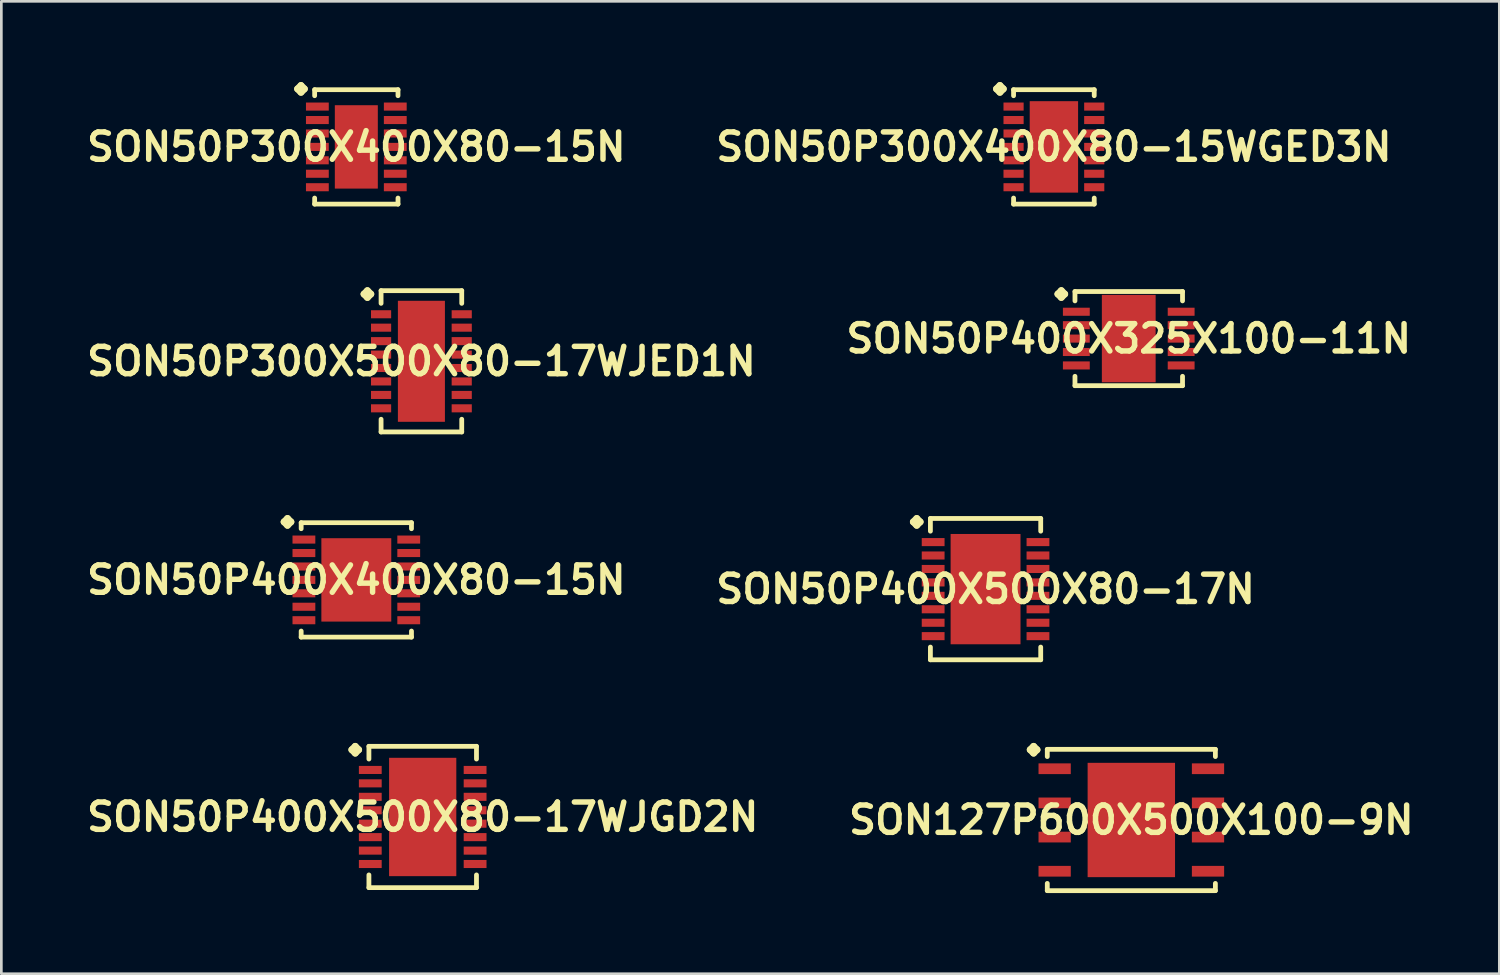
<source format=kicad_pcb>
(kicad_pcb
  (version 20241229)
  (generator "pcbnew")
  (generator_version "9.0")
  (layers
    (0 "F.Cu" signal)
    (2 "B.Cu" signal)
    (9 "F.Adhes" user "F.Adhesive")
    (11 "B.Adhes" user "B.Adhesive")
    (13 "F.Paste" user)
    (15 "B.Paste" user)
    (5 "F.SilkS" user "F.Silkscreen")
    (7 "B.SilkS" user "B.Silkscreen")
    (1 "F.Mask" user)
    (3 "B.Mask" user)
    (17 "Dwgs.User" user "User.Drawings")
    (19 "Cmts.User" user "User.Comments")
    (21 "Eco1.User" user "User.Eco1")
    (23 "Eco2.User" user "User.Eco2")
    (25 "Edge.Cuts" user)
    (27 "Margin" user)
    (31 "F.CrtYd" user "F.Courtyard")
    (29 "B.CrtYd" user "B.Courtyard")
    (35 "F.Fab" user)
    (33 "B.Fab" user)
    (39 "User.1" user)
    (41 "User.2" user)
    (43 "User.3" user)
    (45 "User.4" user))
  (footprint "SON127P600X500X100-9N"
    (layer "F.Cu")
    (at 39 27.428)
    (property "Reference" "SON127P600X500X100-9N" (at 0 0 0) (layer "F.SilkS") (effects (font (size 1.016 1.016) (thickness 0.203))))
    (attr smd)
    (fp_line (start -3.759 -2.611) (end -3.632 -2.738) (stroke (width 0.254) (type solid)) (layer "F.SilkS"))
    (fp_line (start -3.632 -2.738) (end -3.505 -2.611) (stroke (width 0.254) (type solid)) (layer "F.SilkS"))
    (fp_line (start -3.632 -2.484) (end -3.759 -2.611) (stroke (width 0.254) (type solid)) (layer "F.SilkS"))
    (fp_line (start -3.505 -2.611) (end -3.632 -2.484) (stroke (width 0.254) (type solid)) (layer "F.SilkS"))
    (fp_line (start -3.124 -2.626) (end 3.124 -2.626) (stroke (width 0.178) (type solid)) (layer "F.SilkS"))
    (fp_line (start -3.124 -2.357) (end -3.124 -2.626) (stroke (width 0.178) (type solid)) (layer "F.SilkS"))
    (fp_line (start -3.124 2.357) (end -3.124 2.626) (stroke (width 0.178) (type solid)) (layer "F.SilkS"))
    (fp_line (start -3.124 2.626) (end 3.124 2.626) (stroke (width 0.178) (type solid)) (layer "F.SilkS"))
    (fp_line (start 3.124 -2.626) (end 3.124 -2.357) (stroke (width 0.178) (type solid)) (layer "F.SilkS"))
    (fp_line (start 3.124 2.626) (end 3.124 2.357) (stroke (width 0.178) (type solid)) (layer "F.SilkS"))
    (pad "1" smd rect (at -2.85 -1.905) (size 1.199 0.399) (layers "F.Cu" "F.Mask" "F.Paste"))
    (pad "2" smd rect (at -2.85 -0.635) (size 1.199 0.399) (layers "F.Cu" "F.Mask" "F.Paste"))
    (pad "3" smd rect (at -2.85 0.635) (size 1.199 0.399) (layers "F.Cu" "F.Mask" "F.Paste"))
    (pad "4" smd rect (at -2.85 1.905) (size 1.199 0.399) (layers "F.Cu" "F.Mask" "F.Paste"))
    (pad "5" smd rect (at 2.85 1.905) (size 1.199 0.399) (layers "F.Cu" "F.Mask" "F.Paste"))
    (pad "6" smd rect (at 2.85 0.635) (size 1.199 0.399) (layers "F.Cu" "F.Mask" "F.Paste"))
    (pad "7" smd rect (at 2.85 -0.635) (size 1.199 0.399) (layers "F.Cu" "F.Mask" "F.Paste"))
    (pad "8" smd rect (at 2.85 -1.905) (size 1.199 0.399) (layers "F.Cu" "F.Mask" "F.Paste"))
    (pad "9" smd rect (at 0 0) (size 3.249 4.249) (layers "F.Cu" "F.Mask" "F.Paste")))
  (footprint "SON50P300X400X80-15N"
    (layer "F.Cu")
    (at 10.194 2.41)
    (property "Reference" "SON50P300X400X80-15N" (at 0 0 0) (layer "F.SilkS") (effects (font (size 1.016 1.016) (thickness 0.203))))
    (attr smd)
    (fp_line (start -2.184 -2.156) (end -2.057 -2.283) (stroke (width 0.254) (type solid)) (layer "F.SilkS"))
    (fp_line (start -2.057 -2.283) (end -1.93 -2.156) (stroke (width 0.254) (type solid)) (layer "F.SilkS"))
    (fp_line (start -2.057 -2.029) (end -2.184 -2.156) (stroke (width 0.254) (type solid)) (layer "F.SilkS"))
    (fp_line (start -1.93 -2.156) (end -2.057 -2.029) (stroke (width 0.254) (type solid)) (layer "F.SilkS"))
    (fp_line (start -1.549 -2.126) (end 1.549 -2.126) (stroke (width 0.178) (type solid)) (layer "F.SilkS"))
    (fp_line (start -1.549 -1.902) (end -1.549 -2.126) (stroke (width 0.178) (type solid)) (layer "F.SilkS"))
    (fp_line (start -1.549 1.902) (end -1.549 2.126) (stroke (width 0.178) (type solid)) (layer "F.SilkS"))
    (fp_line (start -1.549 2.126) (end 1.549 2.126) (stroke (width 0.178) (type solid)) (layer "F.SilkS"))
    (fp_line (start 1.549 -2.126) (end 1.549 -1.902) (stroke (width 0.178) (type solid)) (layer "F.SilkS"))
    (fp_line (start 1.549 2.126) (end 1.549 1.902) (stroke (width 0.178) (type solid)) (layer "F.SilkS"))
    (pad "1" smd rect (at -1.448 -1.499) (size 0.848 0.3) (layers "F.Cu" "F.Mask" "F.Paste"))
    (pad "2" smd rect (at -1.448 -0.998) (size 0.848 0.3) (layers "F.Cu" "F.Mask" "F.Paste"))
    (pad "3" smd rect (at -1.448 -0.498) (size 0.848 0.3) (layers "F.Cu" "F.Mask" "F.Paste"))
    (pad "4" smd rect (at -1.448 0) (size 0.848 0.3) (layers "F.Cu" "F.Mask" "F.Paste"))
    (pad "5" smd rect (at -1.448 0.498) (size 0.848 0.3) (layers "F.Cu" "F.Mask" "F.Paste"))
    (pad "6" smd rect (at -1.448 0.998) (size 0.848 0.3) (layers "F.Cu" "F.Mask" "F.Paste"))
    (pad "7" smd rect (at -1.448 1.499) (size 0.848 0.3) (layers "F.Cu" "F.Mask" "F.Paste"))
    (pad "8" smd rect (at 1.448 1.499) (size 0.848 0.3) (layers "F.Cu" "F.Mask" "F.Paste"))
    (pad "9" smd rect (at 1.448 0.998) (size 0.848 0.3) (layers "F.Cu" "F.Mask" "F.Paste"))
    (pad "10" smd rect (at 1.448 0.498) (size 0.848 0.3) (layers "F.Cu" "F.Mask" "F.Paste"))
    (pad "11" smd rect (at 1.448 0) (size 0.848 0.3) (layers "F.Cu" "F.Mask" "F.Paste"))
    (pad "12" smd rect (at 1.448 -0.498) (size 0.848 0.3) (layers "F.Cu" "F.Mask" "F.Paste"))
    (pad "13" smd rect (at 1.448 -0.998) (size 0.848 0.3) (layers "F.Cu" "F.Mask" "F.Paste"))
    (pad "14" smd rect (at 1.448 -1.499) (size 0.848 0.3) (layers "F.Cu" "F.Mask" "F.Paste"))
    (pad "15" smd rect (at 0 0) (size 1.598 3.099) (layers "F.Cu" "F.Mask" "F.Paste")))
  (footprint "SON50P300X500X80-17WJED1N"
    (layer "F.Cu")
    (at 12.613 10.379)
    (property "Reference" "SON50P300X500X80-17WJED1N" (at 0 0 0) (layer "F.SilkS") (effects (font (size 1.016 1.016) (thickness 0.203))))
    (attr smd)
    (fp_line (start -2.134 -2.499) (end -2.007 -2.626) (stroke (width 0.254) (type solid)) (layer "F.SilkS"))
    (fp_line (start -2.007 -2.626) (end -1.88 -2.499) (stroke (width 0.254) (type solid)) (layer "F.SilkS"))
    (fp_line (start -2.007 -2.372) (end -2.134 -2.499) (stroke (width 0.254) (type solid)) (layer "F.SilkS"))
    (fp_line (start -1.88 -2.499) (end -2.007 -2.372) (stroke (width 0.254) (type solid)) (layer "F.SilkS"))
    (fp_line (start -1.499 -2.626) (end 1.499 -2.626) (stroke (width 0.178) (type solid)) (layer "F.SilkS"))
    (fp_line (start -1.499 -2.154) (end -1.499 -2.626) (stroke (width 0.178) (type solid)) (layer "F.SilkS"))
    (fp_line (start -1.499 2.154) (end -1.499 2.626) (stroke (width 0.178) (type solid)) (layer "F.SilkS"))
    (fp_line (start -1.499 2.626) (end 1.499 2.626) (stroke (width 0.178) (type solid)) (layer "F.SilkS"))
    (fp_line (start 1.499 -2.626) (end 1.499 -2.154) (stroke (width 0.178) (type solid)) (layer "F.SilkS"))
    (fp_line (start 1.499 2.626) (end 1.499 2.154) (stroke (width 0.178) (type solid)) (layer "F.SilkS"))
    (pad "1" smd rect (at -1.499 -1.748) (size 0.749 0.3) (layers "F.Cu" "F.Mask" "F.Paste"))
    (pad "2" smd rect (at -1.499 -1.25) (size 0.749 0.3) (layers "F.Cu" "F.Mask" "F.Paste"))
    (pad "3" smd rect (at -1.499 -0.749) (size 0.749 0.3) (layers "F.Cu" "F.Mask" "F.Paste"))
    (pad "4" smd rect (at -1.499 -0.249) (size 0.749 0.3) (layers "F.Cu" "F.Mask" "F.Paste"))
    (pad "5" smd rect (at -1.499 0.249) (size 0.749 0.3) (layers "F.Cu" "F.Mask" "F.Paste"))
    (pad "6" smd rect (at -1.499 0.749) (size 0.749 0.3) (layers "F.Cu" "F.Mask" "F.Paste"))
    (pad "7" smd rect (at -1.499 1.25) (size 0.749 0.3) (layers "F.Cu" "F.Mask" "F.Paste"))
    (pad "8" smd rect (at -1.499 1.748) (size 0.749 0.3) (layers "F.Cu" "F.Mask" "F.Paste"))
    (pad "9" smd rect (at 1.499 1.748) (size 0.749 0.3) (layers "F.Cu" "F.Mask" "F.Paste"))
    (pad "10" smd rect (at 1.499 1.25) (size 0.749 0.3) (layers "F.Cu" "F.Mask" "F.Paste"))
    (pad "11" smd rect (at 1.499 0.749) (size 0.749 0.3) (layers "F.Cu" "F.Mask" "F.Paste"))
    (pad "12" smd rect (at 1.499 0.249) (size 0.749 0.3) (layers "F.Cu" "F.Mask" "F.Paste"))
    (pad "13" smd rect (at 1.499 -0.249) (size 0.749 0.3) (layers "F.Cu" "F.Mask" "F.Paste"))
    (pad "14" smd rect (at 1.499 -0.749) (size 0.749 0.3) (layers "F.Cu" "F.Mask" "F.Paste"))
    (pad "15" smd rect (at 1.499 -1.25) (size 0.749 0.3) (layers "F.Cu" "F.Mask" "F.Paste"))
    (pad "16" smd rect (at 1.499 -1.748) (size 0.749 0.3) (layers "F.Cu" "F.Mask" "F.Paste"))
    (pad "17" smd rect (at 0 0) (size 1.748 4.498) (layers "F.Cu" "F.Mask" "F.Paste")))
  (footprint "SON50P300X400X80-15WGED3N"
    (layer "F.Cu")
    (at 36.122 2.41)
    (property "Reference" "SON50P300X400X80-15WGED3N" (at 0 0 0) (layer "F.SilkS") (effects (font (size 1.016 1.016) (thickness 0.203))))
    (attr smd)
    (fp_line (start -2.134 -2.156) (end -2.007 -2.283) (stroke (width 0.254) (type solid)) (layer "F.SilkS"))
    (fp_line (start -2.007 -2.283) (end -1.88 -2.156) (stroke (width 0.254) (type solid)) (layer "F.SilkS"))
    (fp_line (start -2.007 -2.029) (end -2.134 -2.156) (stroke (width 0.254) (type solid)) (layer "F.SilkS"))
    (fp_line (start -1.88 -2.156) (end -2.007 -2.029) (stroke (width 0.254) (type solid)) (layer "F.SilkS"))
    (fp_line (start -1.499 -2.126) (end 1.499 -2.126) (stroke (width 0.178) (type solid)) (layer "F.SilkS"))
    (fp_line (start -1.499 -1.902) (end -1.499 -2.126) (stroke (width 0.178) (type solid)) (layer "F.SilkS"))
    (fp_line (start -1.499 1.902) (end -1.499 2.126) (stroke (width 0.178) (type solid)) (layer "F.SilkS"))
    (fp_line (start -1.499 2.126) (end 1.499 2.126) (stroke (width 0.178) (type solid)) (layer "F.SilkS"))
    (fp_line (start 1.499 -2.126) (end 1.499 -1.902) (stroke (width 0.178) (type solid)) (layer "F.SilkS"))
    (fp_line (start 1.499 2.126) (end 1.499 1.902) (stroke (width 0.178) (type solid)) (layer "F.SilkS"))
    (pad "1" smd rect (at -1.499 -1.499) (size 0.749 0.3) (layers "F.Cu" "F.Mask" "F.Paste"))
    (pad "2" smd rect (at -1.499 -0.998) (size 0.749 0.3) (layers "F.Cu" "F.Mask" "F.Paste"))
    (pad "3" smd rect (at -1.499 -0.498) (size 0.749 0.3) (layers "F.Cu" "F.Mask" "F.Paste"))
    (pad "4" smd rect (at -1.499 0) (size 0.749 0.3) (layers "F.Cu" "F.Mask" "F.Paste"))
    (pad "5" smd rect (at -1.499 0.498) (size 0.749 0.3) (layers "F.Cu" "F.Mask" "F.Paste"))
    (pad "6" smd rect (at -1.499 0.998) (size 0.749 0.3) (layers "F.Cu" "F.Mask" "F.Paste"))
    (pad "7" smd rect (at -1.499 1.499) (size 0.749 0.3) (layers "F.Cu" "F.Mask" "F.Paste"))
    (pad "8" smd rect (at 1.499 1.499) (size 0.749 0.3) (layers "F.Cu" "F.Mask" "F.Paste"))
    (pad "9" smd rect (at 1.499 0.998) (size 0.749 0.3) (layers "F.Cu" "F.Mask" "F.Paste"))
    (pad "10" smd rect (at 1.499 0.498) (size 0.749 0.3) (layers "F.Cu" "F.Mask" "F.Paste"))
    (pad "11" smd rect (at 1.499 0) (size 0.749 0.3) (layers "F.Cu" "F.Mask" "F.Paste"))
    (pad "12" smd rect (at 1.499 -0.498) (size 0.749 0.3) (layers "F.Cu" "F.Mask" "F.Paste"))
    (pad "13" smd rect (at 1.499 -0.998) (size 0.749 0.3) (layers "F.Cu" "F.Mask" "F.Paste"))
    (pad "14" smd rect (at 1.499 -1.499) (size 0.749 0.3) (layers "F.Cu" "F.Mask" "F.Paste"))
    (pad "15" smd rect (at 0 0) (size 1.798 3.399) (layers "F.Cu" "F.Mask" "F.Paste")))
  (footprint "SON50P400X400X80-15N"
    (layer "F.Cu")
    (at 10.194 18.504)
    (property "Reference" "SON50P400X400X80-15N" (at 0 0 0) (layer "F.SilkS") (effects (font (size 1.016 1.016) (thickness 0.203))))
    (attr smd)
    (fp_line (start -2.685 -2.156) (end -2.558 -2.283) (stroke (width 0.254) (type solid)) (layer "F.SilkS"))
    (fp_line (start -2.558 -2.283) (end -2.431 -2.156) (stroke (width 0.254) (type solid)) (layer "F.SilkS"))
    (fp_line (start -2.558 -2.029) (end -2.685 -2.156) (stroke (width 0.254) (type solid)) (layer "F.SilkS"))
    (fp_line (start -2.431 -2.156) (end -2.558 -2.029) (stroke (width 0.254) (type solid)) (layer "F.SilkS"))
    (fp_line (start -2.05 -2.126) (end 2.05 -2.126) (stroke (width 0.178) (type solid)) (layer "F.SilkS"))
    (fp_line (start -2.05 -1.902) (end -2.05 -2.126) (stroke (width 0.178) (type solid)) (layer "F.SilkS"))
    (fp_line (start -2.05 1.902) (end -2.05 2.126) (stroke (width 0.178) (type solid)) (layer "F.SilkS"))
    (fp_line (start -2.05 2.126) (end 2.05 2.126) (stroke (width 0.178) (type solid)) (layer "F.SilkS"))
    (fp_line (start 2.05 -2.126) (end 2.05 -1.902) (stroke (width 0.178) (type solid)) (layer "F.SilkS"))
    (fp_line (start 2.05 2.126) (end 2.05 1.902) (stroke (width 0.178) (type solid)) (layer "F.SilkS"))
    (pad "1" smd rect (at -1.948 -1.499) (size 0.848 0.3) (layers "F.Cu" "F.Mask" "F.Paste"))
    (pad "2" smd rect (at -1.948 -0.998) (size 0.848 0.3) (layers "F.Cu" "F.Mask" "F.Paste"))
    (pad "3" smd rect (at -1.948 -0.498) (size 0.848 0.3) (layers "F.Cu" "F.Mask" "F.Paste"))
    (pad "4" smd rect (at -1.948 0) (size 0.848 0.3) (layers "F.Cu" "F.Mask" "F.Paste"))
    (pad "5" smd rect (at -1.948 0.498) (size 0.848 0.3) (layers "F.Cu" "F.Mask" "F.Paste"))
    (pad "6" smd rect (at -1.948 0.998) (size 0.848 0.3) (layers "F.Cu" "F.Mask" "F.Paste"))
    (pad "7" smd rect (at -1.948 1.499) (size 0.848 0.3) (layers "F.Cu" "F.Mask" "F.Paste"))
    (pad "8" smd rect (at 1.948 1.499) (size 0.848 0.3) (layers "F.Cu" "F.Mask" "F.Paste"))
    (pad "9" smd rect (at 1.948 0.998) (size 0.848 0.3) (layers "F.Cu" "F.Mask" "F.Paste"))
    (pad "10" smd rect (at 1.948 0.498) (size 0.848 0.3) (layers "F.Cu" "F.Mask" "F.Paste"))
    (pad "11" smd rect (at 1.948 0) (size 0.848 0.3) (layers "F.Cu" "F.Mask" "F.Paste"))
    (pad "12" smd rect (at 1.948 -0.498) (size 0.848 0.3) (layers "F.Cu" "F.Mask" "F.Paste"))
    (pad "13" smd rect (at 1.948 -0.998) (size 0.848 0.3) (layers "F.Cu" "F.Mask" "F.Paste"))
    (pad "14" smd rect (at 1.948 -1.499) (size 0.848 0.3) (layers "F.Cu" "F.Mask" "F.Paste"))
    (pad "15" smd rect (at 0 0) (size 2.598 3.099) (layers "F.Cu" "F.Mask" "F.Paste")))
  (footprint "SON50P400X325X100-11N"
    (layer "F.Cu")
    (at 38.904 9.535)
    (property "Reference" "SON50P400X325X100-11N" (at 0 0 0) (layer "F.SilkS") (effects (font (size 1.016 1.016) (thickness 0.203))))
    (attr smd)
    (fp_line (start -2.634 -1.656) (end -2.507 -1.783) (stroke (width 0.254) (type solid)) (layer "F.SilkS"))
    (fp_line (start -2.507 -1.783) (end -2.38 -1.656) (stroke (width 0.254) (type solid)) (layer "F.SilkS"))
    (fp_line (start -2.507 -1.529) (end -2.634 -1.656) (stroke (width 0.254) (type solid)) (layer "F.SilkS"))
    (fp_line (start -2.38 -1.656) (end -2.507 -1.529) (stroke (width 0.254) (type solid)) (layer "F.SilkS"))
    (fp_line (start -1.999 -1.75) (end 1.999 -1.75) (stroke (width 0.178) (type solid)) (layer "F.SilkS"))
    (fp_line (start -1.999 -1.402) (end -1.999 -1.75) (stroke (width 0.178) (type solid)) (layer "F.SilkS"))
    (fp_line (start -1.999 1.402) (end -1.999 1.75) (stroke (width 0.178) (type solid)) (layer "F.SilkS"))
    (fp_line (start -1.999 1.75) (end 1.999 1.75) (stroke (width 0.178) (type solid)) (layer "F.SilkS"))
    (fp_line (start 1.999 -1.75) (end 1.999 -1.402) (stroke (width 0.178) (type solid)) (layer "F.SilkS"))
    (fp_line (start 1.999 1.75) (end 1.999 1.402) (stroke (width 0.178) (type solid)) (layer "F.SilkS"))
    (pad "1" smd rect (at -1.948 -0.998) (size 0.998 0.3) (layers "F.Cu" "F.Mask" "F.Paste"))
    (pad "2" smd rect (at -1.948 -0.498) (size 0.998 0.3) (layers "F.Cu" "F.Mask" "F.Paste"))
    (pad "3" smd rect (at -1.948 0) (size 0.998 0.3) (layers "F.Cu" "F.Mask" "F.Paste"))
    (pad "4" smd rect (at -1.948 0.498) (size 0.998 0.3) (layers "F.Cu" "F.Mask" "F.Paste"))
    (pad "5" smd rect (at -1.948 0.998) (size 0.998 0.3) (layers "F.Cu" "F.Mask" "F.Paste"))
    (pad "6" smd rect (at 1.948 0.998) (size 0.998 0.3) (layers "F.Cu" "F.Mask" "F.Paste"))
    (pad "7" smd rect (at 1.948 0.498) (size 0.998 0.3) (layers "F.Cu" "F.Mask" "F.Paste"))
    (pad "8" smd rect (at 1.948 0) (size 0.998 0.3) (layers "F.Cu" "F.Mask" "F.Paste"))
    (pad "9" smd rect (at 1.948 -0.498) (size 0.998 0.3) (layers "F.Cu" "F.Mask" "F.Paste"))
    (pad "10" smd rect (at 1.948 -0.998) (size 0.998 0.3) (layers "F.Cu" "F.Mask" "F.Paste"))
    (pad "11" smd rect (at 0 0) (size 1.999 3.249) (layers "F.Cu" "F.Mask" "F.Paste")))
  (footprint "SON50P400X500X80-17WJGD2N"
    (layer "F.Cu")
    (at 12.661 27.316)
    (property "Reference" "SON50P400X500X80-17WJGD2N" (at 0 0 0) (layer "F.SilkS") (effects (font (size 1.016 1.016) (thickness 0.203))))
    (attr smd)
    (fp_line (start -2.634 -2.499) (end -2.507 -2.626) (stroke (width 0.254) (type solid)) (layer "F.SilkS"))
    (fp_line (start -2.507 -2.626) (end -2.38 -2.499) (stroke (width 0.254) (type solid)) (layer "F.SilkS"))
    (fp_line (start -2.507 -2.372) (end -2.634 -2.499) (stroke (width 0.254) (type solid)) (layer "F.SilkS"))
    (fp_line (start -2.38 -2.499) (end -2.507 -2.372) (stroke (width 0.254) (type solid)) (layer "F.SilkS"))
    (fp_line (start -1.999 -2.626) (end 1.999 -2.626) (stroke (width 0.178) (type solid)) (layer "F.SilkS"))
    (fp_line (start -1.999 -2.154) (end -1.999 -2.626) (stroke (width 0.178) (type solid)) (layer "F.SilkS"))
    (fp_line (start -1.999 2.154) (end -1.999 2.626) (stroke (width 0.178) (type solid)) (layer "F.SilkS"))
    (fp_line (start -1.999 2.626) (end 1.999 2.626) (stroke (width 0.178) (type solid)) (layer "F.SilkS"))
    (fp_line (start 1.999 -2.626) (end 1.999 -2.154) (stroke (width 0.178) (type solid)) (layer "F.SilkS"))
    (fp_line (start 1.999 2.626) (end 1.999 2.154) (stroke (width 0.178) (type solid)) (layer "F.SilkS"))
    (pad "1" smd rect (at -1.948 -1.748) (size 0.848 0.3) (layers "F.Cu" "F.Mask" "F.Paste"))
    (pad "2" smd rect (at -1.948 -1.25) (size 0.848 0.3) (layers "F.Cu" "F.Mask" "F.Paste"))
    (pad "3" smd rect (at -1.948 -0.749) (size 0.848 0.3) (layers "F.Cu" "F.Mask" "F.Paste"))
    (pad "4" smd rect (at -1.948 -0.249) (size 0.848 0.3) (layers "F.Cu" "F.Mask" "F.Paste"))
    (pad "5" smd rect (at -1.948 0.249) (size 0.848 0.3) (layers "F.Cu" "F.Mask" "F.Paste"))
    (pad "6" smd rect (at -1.948 0.749) (size 0.848 0.3) (layers "F.Cu" "F.Mask" "F.Paste"))
    (pad "7" smd rect (at -1.948 1.25) (size 0.848 0.3) (layers "F.Cu" "F.Mask" "F.Paste"))
    (pad "8" smd rect (at -1.948 1.748) (size 0.848 0.3) (layers "F.Cu" "F.Mask" "F.Paste"))
    (pad "9" smd rect (at 1.948 1.748) (size 0.848 0.3) (layers "F.Cu" "F.Mask" "F.Paste"))
    (pad "10" smd rect (at 1.948 1.25) (size 0.848 0.3) (layers "F.Cu" "F.Mask" "F.Paste"))
    (pad "11" smd rect (at 1.948 0.749) (size 0.848 0.3) (layers "F.Cu" "F.Mask" "F.Paste"))
    (pad "12" smd rect (at 1.948 0.249) (size 0.848 0.3) (layers "F.Cu" "F.Mask" "F.Paste"))
    (pad "13" smd rect (at 1.948 -0.249) (size 0.848 0.3) (layers "F.Cu" "F.Mask" "F.Paste"))
    (pad "14" smd rect (at 1.948 -0.749) (size 0.848 0.3) (layers "F.Cu" "F.Mask" "F.Paste"))
    (pad "15" smd rect (at 1.948 -1.25) (size 0.848 0.3) (layers "F.Cu" "F.Mask" "F.Paste"))
    (pad "16" smd rect (at 1.948 -1.748) (size 0.848 0.3) (layers "F.Cu" "F.Mask" "F.Paste"))
    (pad "17" smd rect (at 0 0) (size 2.499 4.399) (layers "F.Cu" "F.Mask" "F.Paste")))
  (footprint "SON50P400X500X80-17N"
    (layer "F.Cu")
    (at 33.582 18.847)
    (property "Reference" "SON50P400X500X80-17N" (at 0 0 0) (layer "F.SilkS") (effects (font (size 1.016 1.016) (thickness 0.203))))
    (attr smd)
    (fp_line (start -2.685 -2.499) (end -2.558 -2.626) (stroke (width 0.254) (type solid)) (layer "F.SilkS"))
    (fp_line (start -2.558 -2.626) (end -2.431 -2.499) (stroke (width 0.254) (type solid)) (layer "F.SilkS"))
    (fp_line (start -2.558 -2.372) (end -2.685 -2.499) (stroke (width 0.254) (type solid)) (layer "F.SilkS"))
    (fp_line (start -2.431 -2.499) (end -2.558 -2.372) (stroke (width 0.254) (type solid)) (layer "F.SilkS"))
    (fp_line (start -2.05 -2.626) (end 2.05 -2.626) (stroke (width 0.178) (type solid)) (layer "F.SilkS"))
    (fp_line (start -2.05 -2.154) (end -2.05 -2.626) (stroke (width 0.178) (type solid)) (layer "F.SilkS"))
    (fp_line (start -2.05 2.154) (end -2.05 2.626) (stroke (width 0.178) (type solid)) (layer "F.SilkS"))
    (fp_line (start -2.05 2.626) (end 2.05 2.626) (stroke (width 0.178) (type solid)) (layer "F.SilkS"))
    (fp_line (start 2.05 -2.626) (end 2.05 -2.154) (stroke (width 0.178) (type solid)) (layer "F.SilkS"))
    (fp_line (start 2.05 2.626) (end 2.05 2.154) (stroke (width 0.178) (type solid)) (layer "F.SilkS"))
    (pad "1" smd rect (at -1.948 -1.748) (size 0.848 0.3) (layers "F.Cu" "F.Mask" "F.Paste"))
    (pad "2" smd rect (at -1.948 -1.25) (size 0.848 0.3) (layers "F.Cu" "F.Mask" "F.Paste"))
    (pad "3" smd rect (at -1.948 -0.749) (size 0.848 0.3) (layers "F.Cu" "F.Mask" "F.Paste"))
    (pad "4" smd rect (at -1.948 -0.249) (size 0.848 0.3) (layers "F.Cu" "F.Mask" "F.Paste"))
    (pad "5" smd rect (at -1.948 0.249) (size 0.848 0.3) (layers "F.Cu" "F.Mask" "F.Paste"))
    (pad "6" smd rect (at -1.948 0.749) (size 0.848 0.3) (layers "F.Cu" "F.Mask" "F.Paste"))
    (pad "7" smd rect (at -1.948 1.25) (size 0.848 0.3) (layers "F.Cu" "F.Mask" "F.Paste"))
    (pad "8" smd rect (at -1.948 1.748) (size 0.848 0.3) (layers "F.Cu" "F.Mask" "F.Paste"))
    (pad "9" smd rect (at 1.948 1.748) (size 0.848 0.3) (layers "F.Cu" "F.Mask" "F.Paste"))
    (pad "10" smd rect (at 1.948 1.25) (size 0.848 0.3) (layers "F.Cu" "F.Mask" "F.Paste"))
    (pad "11" smd rect (at 1.948 0.749) (size 0.848 0.3) (layers "F.Cu" "F.Mask" "F.Paste"))
    (pad "12" smd rect (at 1.948 0.249) (size 0.848 0.3) (layers "F.Cu" "F.Mask" "F.Paste"))
    (pad "13" smd rect (at 1.948 -0.249) (size 0.848 0.3) (layers "F.Cu" "F.Mask" "F.Paste"))
    (pad "14" smd rect (at 1.948 -0.749) (size 0.848 0.3) (layers "F.Cu" "F.Mask" "F.Paste"))
    (pad "15" smd rect (at 1.948 -1.25) (size 0.848 0.3) (layers "F.Cu" "F.Mask" "F.Paste"))
    (pad "16" smd rect (at 1.948 -1.748) (size 0.848 0.3) (layers "F.Cu" "F.Mask" "F.Paste"))
    (pad "17" smd rect (at 0 0) (size 2.598 4.1) (layers "F.Cu" "F.Mask" "F.Paste")))
  (gr_rect
    (start -3 -3)
    (end 52.678 33.143)
    (stroke (width 0.1) (type default))
    (fill no)
    (layer "Edge.Cuts")))
</source>
